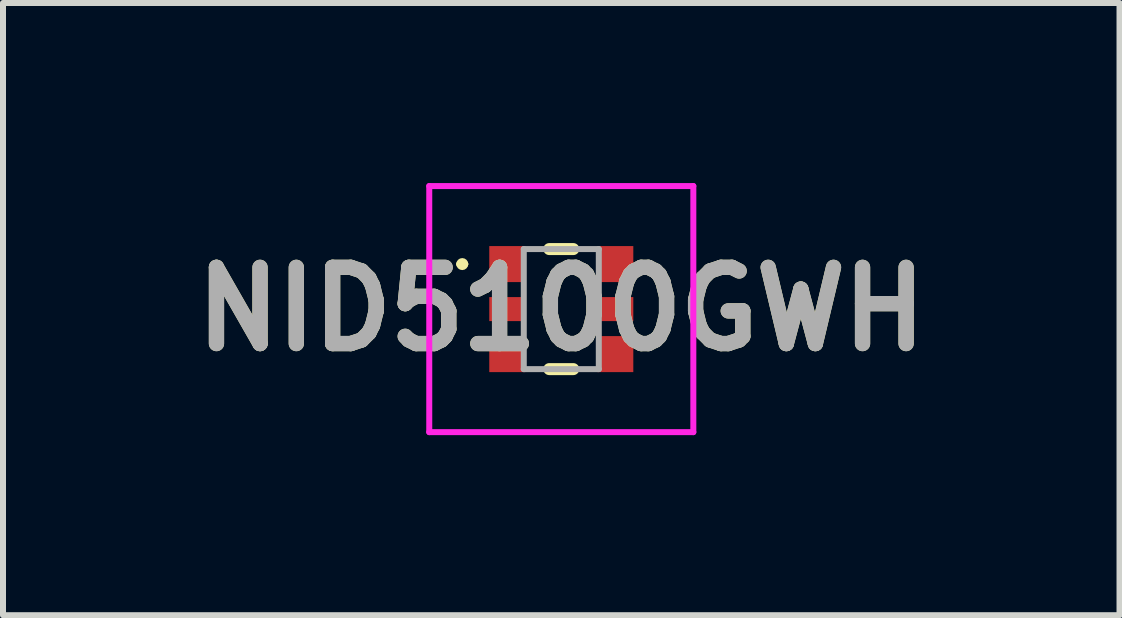
<source format=kicad_pcb>
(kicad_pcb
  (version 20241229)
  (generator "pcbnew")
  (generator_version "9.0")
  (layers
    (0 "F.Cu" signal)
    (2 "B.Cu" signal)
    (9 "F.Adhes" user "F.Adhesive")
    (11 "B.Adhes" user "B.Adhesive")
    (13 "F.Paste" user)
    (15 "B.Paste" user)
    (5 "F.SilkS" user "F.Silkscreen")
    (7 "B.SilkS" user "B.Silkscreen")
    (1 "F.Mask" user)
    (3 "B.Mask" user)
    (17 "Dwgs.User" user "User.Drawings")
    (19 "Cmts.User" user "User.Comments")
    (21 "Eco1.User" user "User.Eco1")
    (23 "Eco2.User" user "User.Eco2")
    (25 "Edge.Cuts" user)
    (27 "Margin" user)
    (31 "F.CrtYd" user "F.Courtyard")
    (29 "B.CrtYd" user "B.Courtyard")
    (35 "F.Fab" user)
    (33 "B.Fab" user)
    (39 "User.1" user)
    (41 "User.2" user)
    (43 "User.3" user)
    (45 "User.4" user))
  (footprint "NID5100GWH"
    (layer "F.Cu")
    (at 6.302 2.1)
    (property "Reference" "NID5100GWH" (at 0 0 0) (layer "F.SilkS") (effects (font (size 1.27 1.27) (thickness 0.254))))
    (attr smd)
    (fp_line (start -1.7 -0.75) (end -1.7 -0.75) (stroke (width 0.1) (type solid)) (layer "F.SilkS"))
    (fp_line (start -1.6 -0.75) (end -1.6 -0.75) (stroke (width 0.1) (type solid)) (layer "F.SilkS"))
    (fp_line (start -0.2 -1) (end 0.2 -1) (stroke (width 0.2) (type solid)) (layer "F.SilkS"))
    (fp_line (start -0.2 1) (end 0.2 1) (stroke (width 0.2) (type solid)) (layer "F.SilkS"))
    (fp_arc (start -1.7 -0.75) (mid -1.65 -0.8) (end -1.6 -0.75) (stroke (width 0.1) (type solid)) (layer "F.SilkS"))
    (fp_arc (start -1.6 -0.75) (mid -1.65 -0.7) (end -1.7 -0.75) (stroke (width 0.1) (type solid)) (layer "F.SilkS"))
    (fp_line (start -2.2 -2.05) (end 2.2 -2.05) (stroke (width 0.1) (type solid)) (layer "F.CrtYd"))
    (fp_line (start -2.2 2.05) (end -2.2 -2.05) (stroke (width 0.1) (type solid)) (layer "F.CrtYd"))
    (fp_line (start 2.2 -2.05) (end 2.2 2.05) (stroke (width 0.1) (type solid)) (layer "F.CrtYd"))
    (fp_line (start 2.2 2.05) (end -2.2 2.05) (stroke (width 0.1) (type solid)) (layer "F.CrtYd"))
    (fp_line (start -0.625 -1) (end 0.625 -1) (stroke (width 0.1) (type solid)) (layer "F.Fab"))
    (fp_line (start -0.625 1) (end -0.625 -1) (stroke (width 0.1) (type solid)) (layer "F.Fab"))
    (fp_line (start 0.625 -1) (end 0.625 1) (stroke (width 0.1) (type solid)) (layer "F.Fab"))
    (fp_line (start 0.625 1) (end -0.625 1) (stroke (width 0.1) (type solid)) (layer "F.Fab"))
    (fp_text user "${REFERENCE}" (at 0 0 0) (layer "F.Fab") (effects (font (size 1.27 1.27) (thickness 0.254))))
    (pad "1" smd rect (at -0.9 -0.75 90) (size 0.6 0.6) (layers "F.Cu" "F.Mask" "F.Paste"))
    (pad "2" smd rect (at -0.9 0 90) (size 0.4 0.6) (layers "F.Cu" "F.Mask" "F.Paste"))
    (pad "3" smd rect (at -0.9 0.75 90) (size 0.6 0.6) (layers "F.Cu" "F.Mask" "F.Paste"))
    (pad "4" smd rect (at 0.9 0.75 90) (size 0.6 0.6) (layers "F.Cu" "F.Mask" "F.Paste"))
    (pad "5" smd rect (at 0.9 0 90) (size 0.4 0.6) (layers "F.Cu" "F.Mask" "F.Paste"))
    (pad "6" smd rect (at 0.9 -0.75 90) (size 0.6 0.6) (layers "F.Cu" "F.Mask" "F.Paste")))
  (gr_rect
    (start -3 -3)
    (end 15.603 7.2)
    (stroke (width 0.1) (type default))
    (fill no)
    (layer "Edge.Cuts")))
</source>
